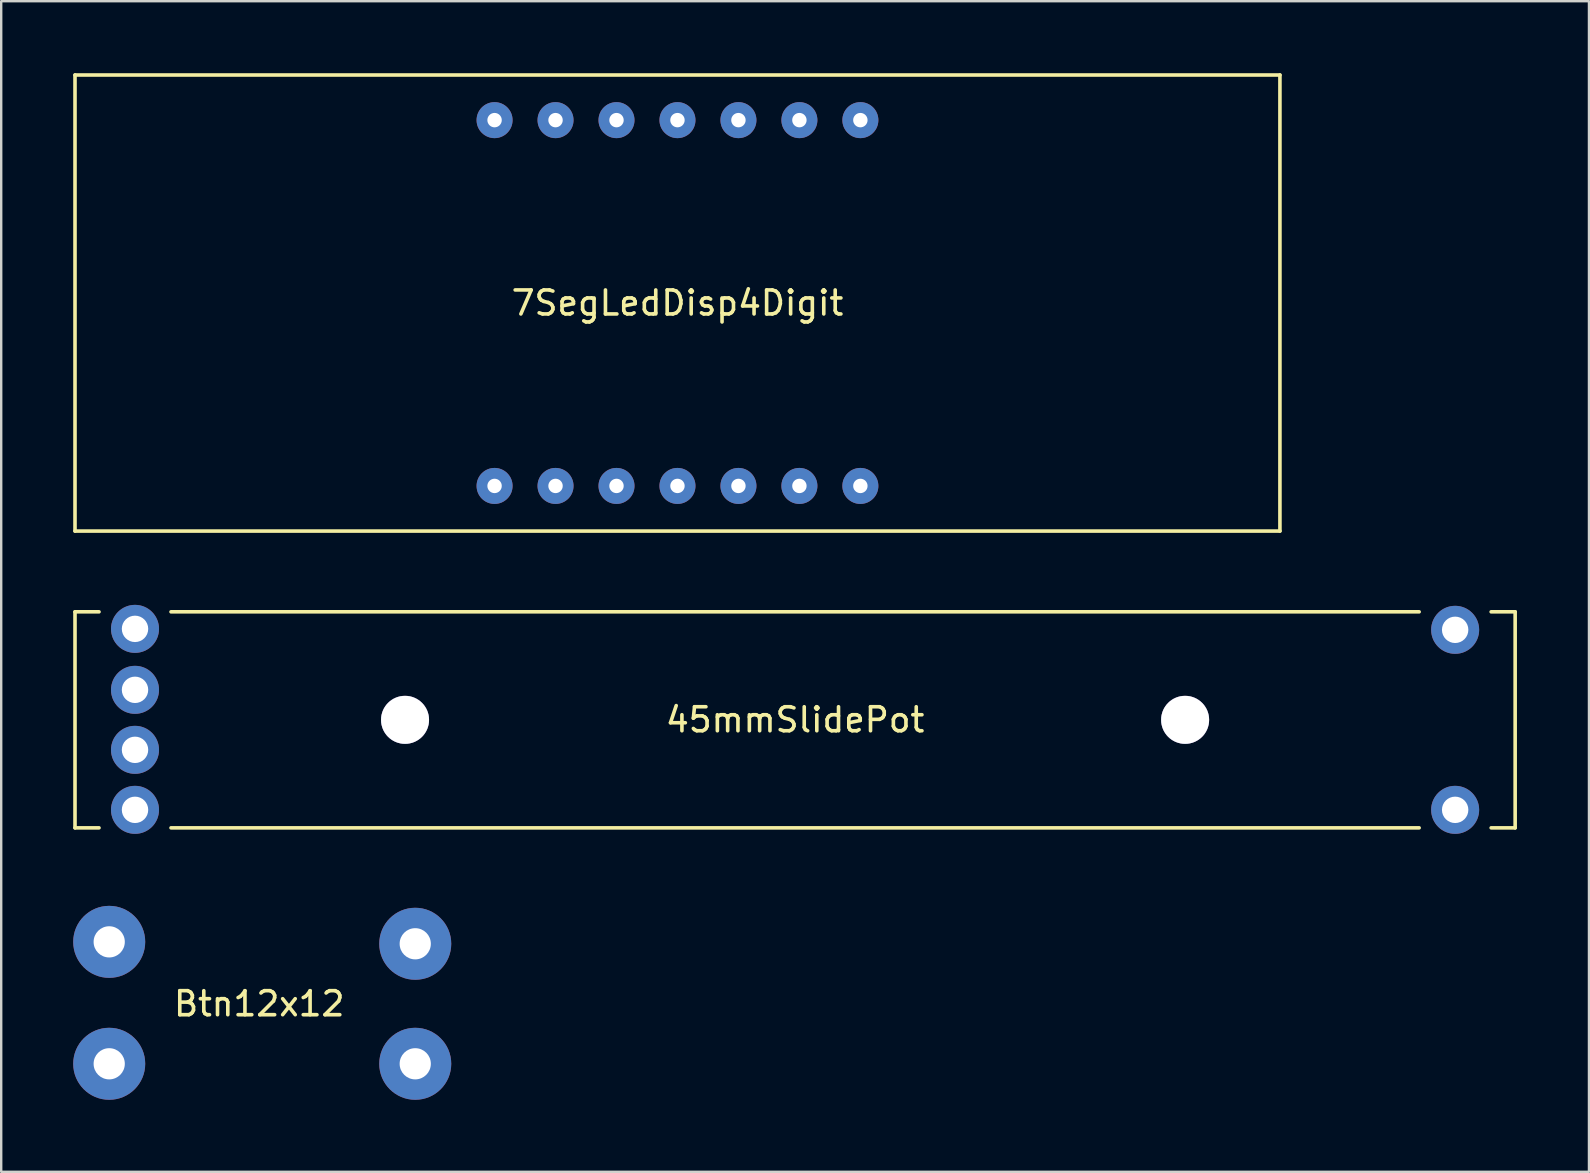
<source format=kicad_pcb>
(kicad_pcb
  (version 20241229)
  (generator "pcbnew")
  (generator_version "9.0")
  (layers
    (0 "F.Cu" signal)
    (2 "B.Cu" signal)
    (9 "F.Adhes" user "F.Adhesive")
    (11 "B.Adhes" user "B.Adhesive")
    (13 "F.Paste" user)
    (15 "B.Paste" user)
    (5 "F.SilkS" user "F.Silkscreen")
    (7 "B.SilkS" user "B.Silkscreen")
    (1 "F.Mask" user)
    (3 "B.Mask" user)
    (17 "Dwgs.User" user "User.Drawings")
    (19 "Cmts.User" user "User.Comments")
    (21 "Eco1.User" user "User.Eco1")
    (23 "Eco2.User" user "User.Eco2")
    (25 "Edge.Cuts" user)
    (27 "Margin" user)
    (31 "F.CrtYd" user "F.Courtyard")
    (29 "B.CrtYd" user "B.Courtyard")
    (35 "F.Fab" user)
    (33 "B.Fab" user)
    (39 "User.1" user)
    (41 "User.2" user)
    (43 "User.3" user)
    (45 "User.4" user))
  (footprint "7SegLedDisp4Digit"
    (layer "F.Cu")
    (at 25.175 9.575)
    (property "Reference" "7SegLedDisp4Digit" (at 0 0 0) (layer "F.SilkS") (effects (font (size 1 1) (thickness 0.15))))
    (attr through_hole)
    (fp_line (start -25.1 -9.5) (end -25.1 9.5) (stroke (width 0.15) (type solid)) (layer "F.SilkS"))
    (fp_line (start -25.1 -9.5) (end 25.1 -9.5) (stroke (width 0.15) (type solid)) (layer "F.SilkS"))
    (fp_line (start -25.1 9.5) (end 25.1 9.5) (stroke (width 0.15) (type solid)) (layer "F.SilkS"))
    (fp_line (start 25.1 -9.5) (end 25.1 9.5) (stroke (width 0.15) (type solid)) (layer "F.SilkS"))
    (pad "1" thru_hole circle (at -7.62 7.62) (size 1.5 1.5) (drill 0.6) (layers "*.Cu" "*.Mask"))
    (pad "2" thru_hole circle (at -5.08 7.62) (size 1.5 1.5) (drill 0.6) (layers "*.Cu" "*.Mask"))
    (pad "3" thru_hole circle (at -2.54 7.62) (size 1.5 1.5) (drill 0.6) (layers "*.Cu" "*.Mask"))
    (pad "4" thru_hole circle (at 0 7.62) (size 1.5 1.5) (drill 0.6) (layers "*.Cu" "*.Mask"))
    (pad "5" thru_hole circle (at 2.54 7.62) (size 1.5 1.5) (drill 0.6) (layers "*.Cu" "*.Mask"))
    (pad "6" thru_hole circle (at 5.08 7.62) (size 1.5 1.5) (drill 0.6) (layers "*.Cu" "*.Mask"))
    (pad "7" thru_hole circle (at 7.62 7.62) (size 1.5 1.5) (drill 0.6) (layers "*.Cu" "*.Mask"))
    (pad "8" thru_hole circle (at 7.62 -7.62) (size 1.5 1.5) (drill 0.6) (layers "*.Cu" "*.Mask"))
    (pad "9" thru_hole circle (at 5.08 -7.62) (size 1.5 1.5) (drill 0.6) (layers "*.Cu" "*.Mask"))
    (pad "10" thru_hole circle (at 2.54 -7.62) (size 1.5 1.5) (drill 0.6) (layers "*.Cu" "*.Mask"))
    (pad "11" thru_hole circle (at 0 -7.62) (size 1.5 1.5) (drill 0.6) (layers "*.Cu" "*.Mask"))
    (pad "12" thru_hole circle (at -2.54 -7.62) (size 1.5 1.5) (drill 0.6) (layers "*.Cu" "*.Mask"))
    (pad "13" thru_hole circle (at -5.08 -7.62) (size 1.5 1.5) (drill 0.6) (layers "*.Cu" "*.Mask"))
    (pad "14" thru_hole circle (at -7.62 -7.62) (size 1.5 1.5) (drill 0.6) (layers "*.Cu" "*.Mask")))
  (footprint "45mmSlidePot"
    (layer "F.Cu")
    (at 30.075 26.94)
    (property "Reference" "45mmSlidePot" (at 0 0 0) (layer "F.SilkS") (effects (font (size 1 1) (thickness 0.15))))
    (attr through_hole)
    (fp_line (start -30 -4.5) (end -30 4.5) (stroke (width 0.15) (type solid)) (layer "F.SilkS"))
    (fp_line (start -30 4.5) (end -29 4.5) (stroke (width 0.15) (type solid)) (layer "F.SilkS"))
    (fp_line (start -29 -4.5) (end -30 -4.5) (stroke (width 0.15) (type solid)) (layer "F.SilkS"))
    (fp_line (start -26 4.5) (end 26 4.5) (stroke (width 0.15) (type solid)) (layer "F.SilkS"))
    (fp_line (start 26 -4.5) (end -26 -4.5) (stroke (width 0.15) (type solid)) (layer "F.SilkS"))
    (fp_line (start 29 4.5) (end 30 4.5) (stroke (width 0.15) (type solid)) (layer "F.SilkS"))
    (fp_line (start 30 -4.5) (end 29 -4.5) (stroke (width 0.15) (type solid)) (layer "F.SilkS"))
    (fp_line (start 30 -4.5) (end 30 4.5) (stroke (width 0.15) (type solid)) (layer "F.SilkS"))
    (pad "" thru_hole circle (at -27.5 -3.79) (size 2 2) (drill 1.1) (layers "*.Cu" "*.Mask"))
    (pad "" thru_hole circle (at -27.5 -1.25) (size 2 2) (drill 1.1) (layers "*.Cu" "*.Mask"))
    (pad "" thru_hole circle (at -16.25 0) (size 2 2) (drill 2) (layers "*.Cu" "*.Mask"))
    (pad "" thru_hole circle (at 16.25 0) (size 2 2) (drill 2) (layers "*.Cu" "*.Mask"))
    (pad "" thru_hole circle (at 27.5 -3.75) (size 2 2) (drill 1.1) (layers "*.Cu" "*.Mask"))
    (pad "1" thru_hole circle (at -27.5 3.75) (size 2 2) (drill 1.1) (layers "*.Cu" "*.Mask"))
    (pad "2" thru_hole circle (at -27.5 1.25) (size 2 2) (drill 1.1) (layers "*.Cu" "*.Mask"))
    (pad "3" thru_hole circle (at 27.5 3.75) (size 2 2) (drill 1.1) (layers "*.Cu" "*.Mask")))
  (footprint "Btn12x12"
    (layer "F.Cu")
    (at 7.75 38.77)
    (property "Reference" "Btn12x12" (at 0 0 0) (layer "F.SilkS") (effects (font (size 1 1) (thickness 0.15))))
    (attr through_hole)
    (pad "1" thru_hole circle (at -6.25 2.5) (size 3 3) (drill 1.3) (layers "*.Cu" "*.Mask"))
    (pad "1" thru_hole circle (at 6.5 2.5) (size 3 3) (drill 1.3) (layers "*.Cu" "*.Mask"))
    (pad "2" thru_hole circle (at -6.25 -2.58) (size 3 3) (drill 1.3) (layers "*.Cu" "*.Mask"))
    (pad "2" thru_hole circle (at 6.5 -2.5) (size 3 3) (drill 1.3) (layers "*.Cu" "*.Mask")))
  (gr_rect
    (start -3 -3)
    (end 63.15 45.77)
    (stroke (width 0.1) (type default))
    (fill no)
    (layer "Edge.Cuts")))
</source>
